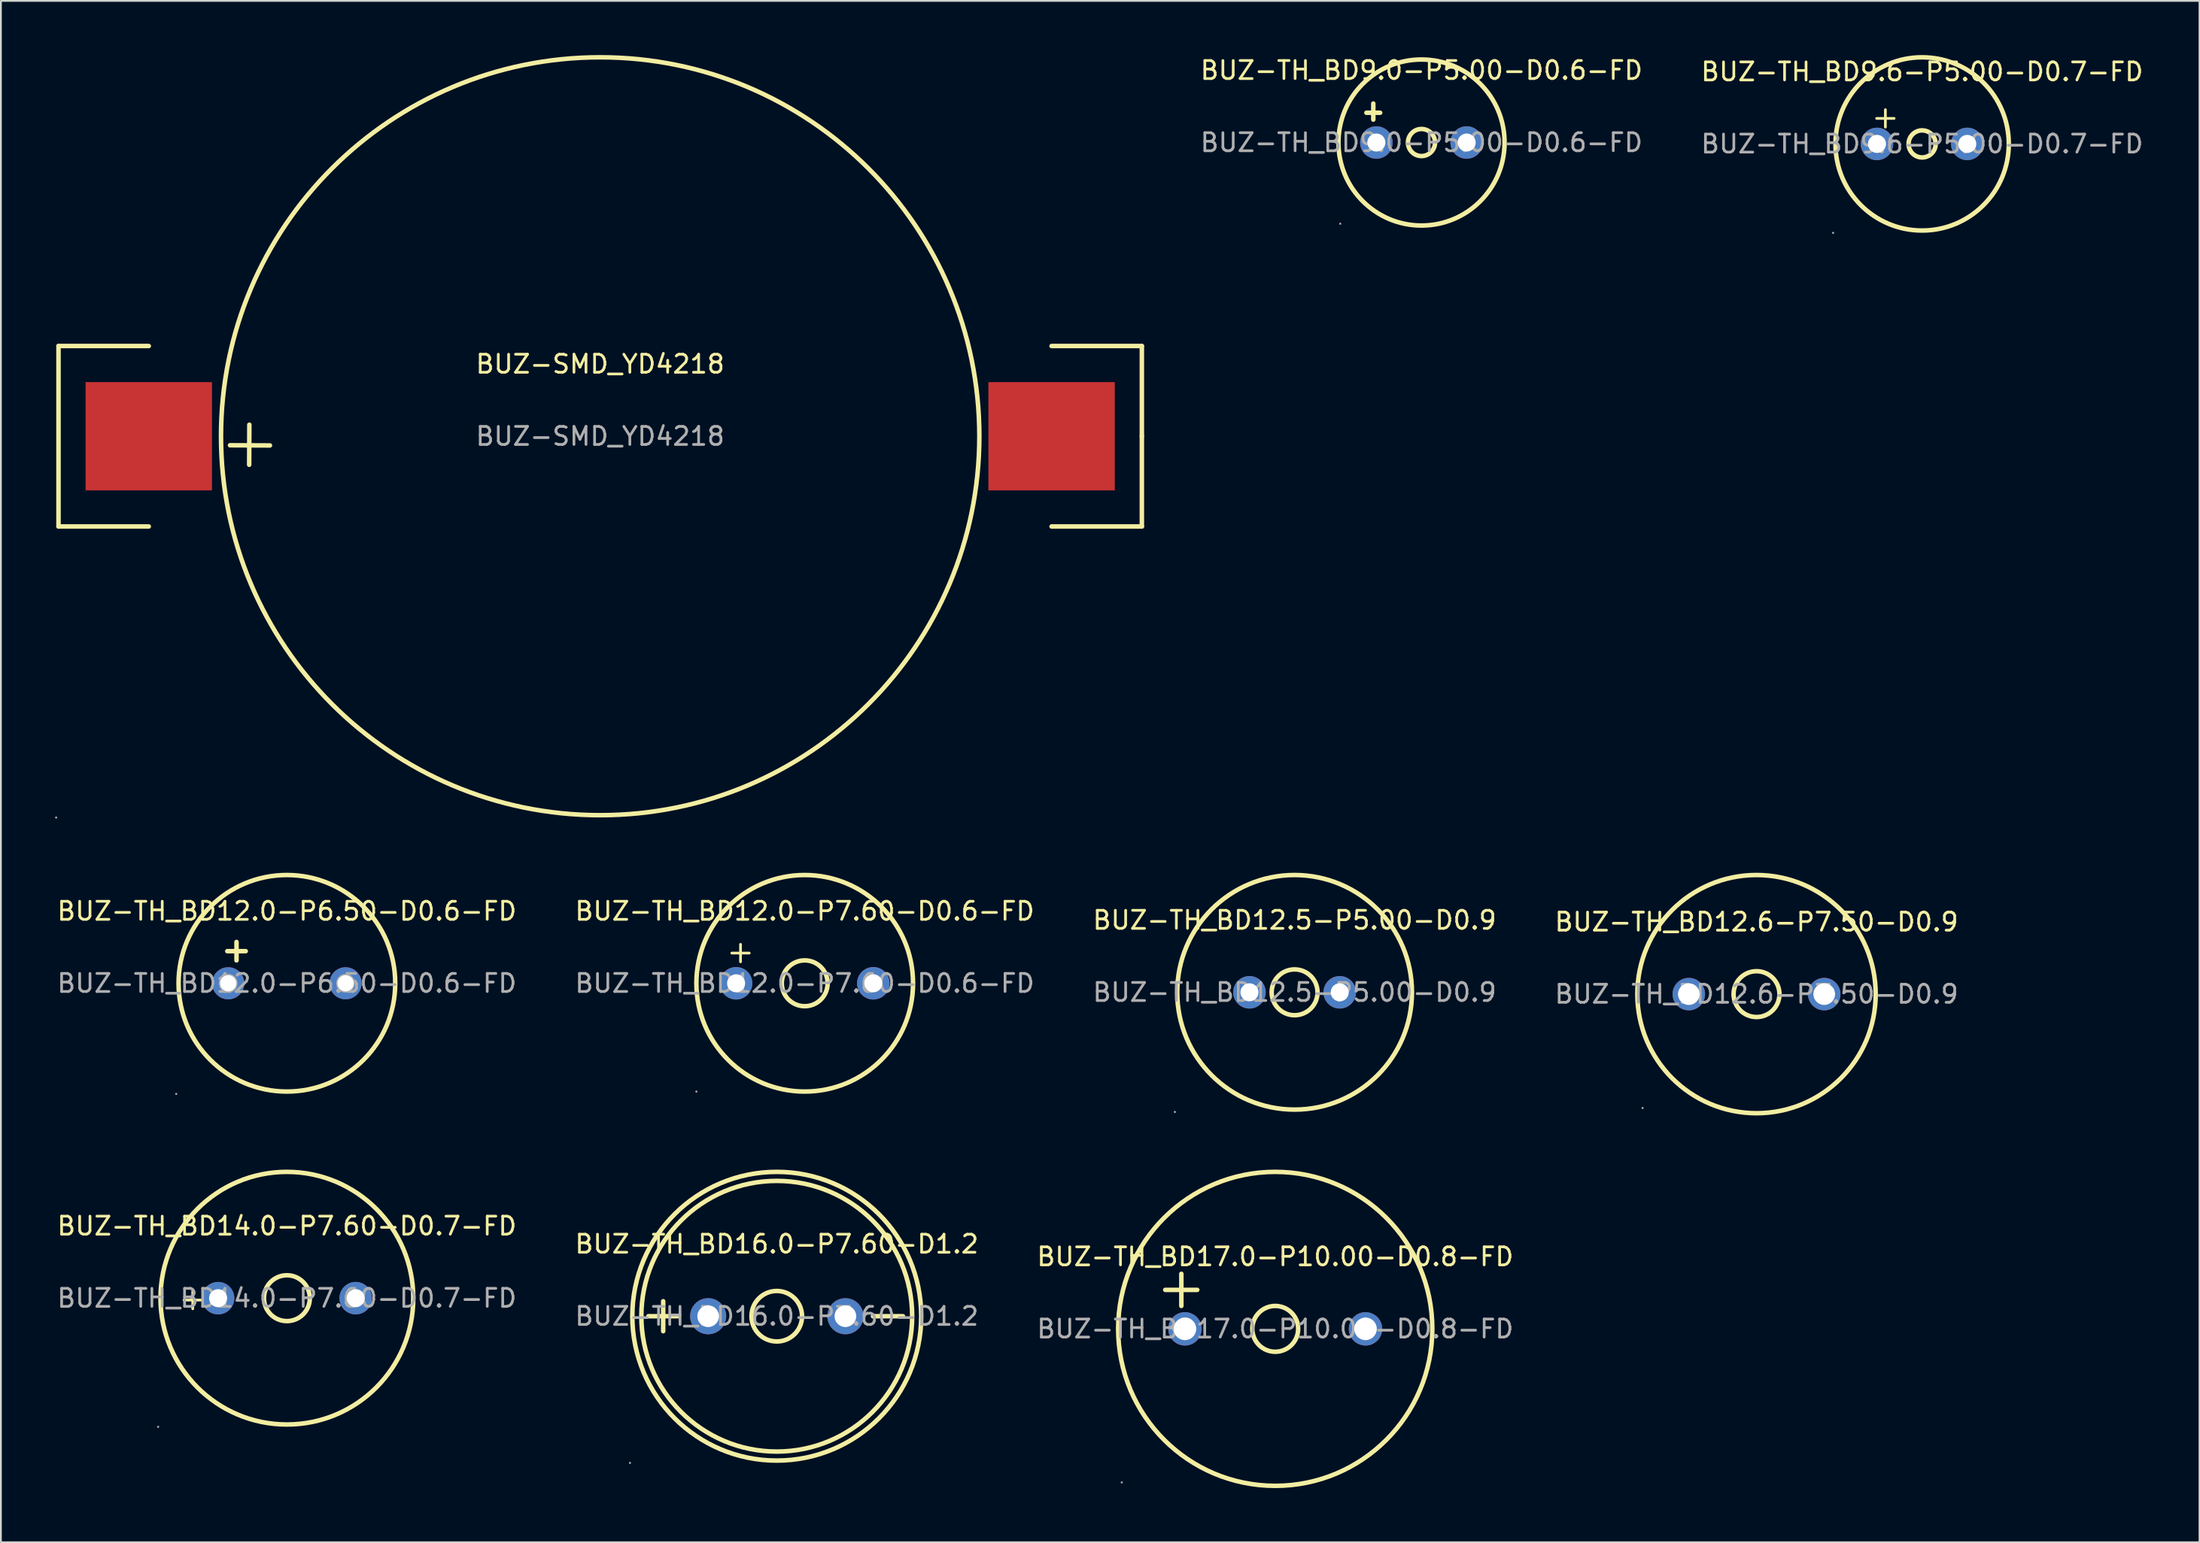
<source format=kicad_pcb>
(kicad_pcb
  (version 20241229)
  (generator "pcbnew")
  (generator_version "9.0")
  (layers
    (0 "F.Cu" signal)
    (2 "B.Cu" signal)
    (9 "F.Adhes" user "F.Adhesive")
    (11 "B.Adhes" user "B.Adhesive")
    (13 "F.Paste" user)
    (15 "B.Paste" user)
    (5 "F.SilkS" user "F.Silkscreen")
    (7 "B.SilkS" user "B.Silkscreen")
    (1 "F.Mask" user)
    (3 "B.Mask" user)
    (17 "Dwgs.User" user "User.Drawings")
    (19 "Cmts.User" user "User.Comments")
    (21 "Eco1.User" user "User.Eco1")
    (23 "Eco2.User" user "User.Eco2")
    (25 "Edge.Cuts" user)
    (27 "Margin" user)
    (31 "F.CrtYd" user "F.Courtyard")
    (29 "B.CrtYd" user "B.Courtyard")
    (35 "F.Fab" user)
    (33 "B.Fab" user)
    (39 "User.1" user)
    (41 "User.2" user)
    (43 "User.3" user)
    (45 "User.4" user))
  (footprint "BUZ-TH_BD9.0-P5.00-D0.6-FD"
    (layer "F.Cu")
    (at 75.678 4.848)
    (property "Reference" "BUZ-TH_BD9.0-P5.00-D0.6-FD" (at 0 -4 0) (layer "F.SilkS") (effects (font (size 1 1) (thickness 0.15))))
    (attr through_hole)
    (fp_line (start -3.05 -1.65) (end -2.29 -1.65) (stroke (width 0.25) (type solid)) (layer "F.SilkS"))
    (fp_line (start -2.67 -2.16) (end -2.67 -1.27) (stroke (width 0.25) (type solid)) (layer "F.SilkS"))
    (fp_circle (center 0 0) (end 0.75 0) (stroke (width 0.25) (type solid)) (fill no) (layer "F.SilkS"))
    (fp_circle (center 0 0) (end 4.6 0) (stroke (width 0.25) (type solid)) (fill no) (layer "F.SilkS"))
    (fp_circle (center -4.5 4.5) (end -4.47 4.5) (stroke (width 0.06) (type solid)) (fill no) (layer "F.Fab"))
    (fp_circle (center -2.5 0) (end -2.35 0) (stroke (width 0.3) (type solid)) (fill no) (layer "F.Fab"))
    (fp_circle (center 2.5 0) (end 2.65 0) (stroke (width 0.3) (type solid)) (fill no) (layer "F.Fab"))
    (fp_text user "${REFERENCE}" (at 0 0 0) (layer "F.Fab") (effects (font (size 1 1) (thickness 0.15))))
    (pad "1" thru_hole circle (at -2.5 0) (size 1.8 1.8) (drill 1) (layers "*.Cu" "*.Paste" "*.Mask"))
    (pad "2" thru_hole circle (at 2.5 0) (size 1.8 1.8) (drill 1) (layers "*.Cu" "*.Paste" "*.Mask")))
  (footprint "BUZ-TH_BD12.6-P7.50-D0.9"
    (layer "F.Cu")
    (at 94.232 52.04)
    (property "Reference" "BUZ-TH_BD12.6-P7.50-D0.9" (at 0 -4 0) (layer "F.SilkS") (effects (font (size 1 1) (thickness 0.15))))
    (attr through_hole)
    (fp_circle (center 0 0) (end 1.27 0) (stroke (width 0.25) (type solid)) (fill no) (layer "F.SilkS"))
    (fp_circle (center 0 0) (end 6.6 0) (stroke (width 0.25) (type solid)) (fill no) (layer "F.SilkS"))
    (fp_circle (center -6.31 6.31) (end -6.28 6.31) (stroke (width 0.06) (type solid)) (fill no) (layer "F.Fab"))
    (fp_circle (center -3.75 0) (end -3.52 0) (stroke (width 0.45) (type solid)) (fill no) (layer "F.Fab"))
    (fp_circle (center 3.75 0) (end 3.98 0) (stroke (width 0.45) (type solid)) (fill no) (layer "F.Fab"))
    (fp_text user "${REFERENCE}" (at 0 0 0) (layer "F.Fab") (effects (font (size 1 1) (thickness 0.15))))
    (pad "1" thru_hole circle (at -3.75 0) (size 1.8 1.8) (drill 1.2) (layers "*.Cu" "*.Paste" "*.Mask"))
    (pad "2" thru_hole circle (at 3.75 0) (size 1.8 1.8) (drill 1.2) (layers "*.Cu" "*.Paste" "*.Mask")))
  (footprint "BUZ-TH_BD17.0-P10.00-D0.8-FD"
    (layer "F.Cu")
    (at 67.577 70.59)
    (property "Reference" "BUZ-TH_BD17.0-P10.00-D0.8-FD" (at 0 -4 0) (layer "F.SilkS") (effects (font (size 1 1) (thickness 0.15))))
    (attr through_hole)
    (fp_line (start -6.09 -2.16) (end -4.32 -2.16) (stroke (width 0.25) (type solid)) (layer "F.SilkS"))
    (fp_line (start -5.2 -1.27) (end -5.2 -3.05) (stroke (width 0.25) (type solid)) (layer "F.SilkS"))
    (fp_circle (center 0 0) (end 1.27 0) (stroke (width 0.25) (type solid)) (fill no) (layer "F.SilkS"))
    (fp_circle (center 0 0) (end 8.7 0) (stroke (width 0.25) (type solid)) (fill no) (layer "F.SilkS"))
    (fp_circle (center -8.5 8.51) (end -8.47 8.51) (stroke (width 0.06) (type solid)) (fill no) (layer "F.Fab"))
    (fp_text user "${REFERENCE}" (at 0 0 0) (layer "F.Fab") (effects (font (size 1 1) (thickness 0.15))))
    (pad "1" thru_hole circle (at -5 0) (size 1.85 1.85) (drill 1.25) (layers "*.Cu" "*.Paste" "*.Mask"))
    (pad "2" thru_hole circle (at 5 0) (size 1.85 1.85) (drill 1.25) (layers "*.Cu" "*.Paste" "*.Mask")))
  (footprint "BUZ-TH_BD12.5-P5.00-D0.9"
    (layer "F.Cu")
    (at 68.649 51.94)
    (property "Reference" "BUZ-TH_BD12.5-P5.00-D0.9" (at 0 -4 0) (layer "F.SilkS") (effects (font (size 1 1) (thickness 0.15))))
    (attr through_hole)
    (fp_circle (center 0 0) (end 1.27 0) (stroke (width 0.25) (type solid)) (fill no) (layer "F.SilkS"))
    (fp_circle (center 0 0) (end 6.5 0) (stroke (width 0.25) (type solid)) (fill no) (layer "F.SilkS"))
    (fp_circle (center -6.63 6.63) (end -6.6 6.63) (stroke (width 0.06) (type solid)) (fill no) (layer "F.Fab"))
    (fp_circle (center -2.5 0) (end -2.3 0) (stroke (width 0.4) (type solid)) (fill no) (layer "F.Fab"))
    (fp_circle (center 2.5 0) (end 2.7 0) (stroke (width 0.4) (type solid)) (fill no) (layer "F.Fab"))
    (fp_text user "${REFERENCE}" (at 0 0 0) (layer "F.Fab") (effects (font (size 1 1) (thickness 0.15))))
    (pad "1" thru_hole circle (at -2.5 0) (size 1.8 1.8) (drill 1) (layers "*.Cu" "*.Paste" "*.Mask"))
    (pad "2" thru_hole circle (at 2.5 0) (size 1.8 1.8) (drill 1) (layers "*.Cu" "*.Paste" "*.Mask")))
  (footprint "BUZ-TH_BD14.0-P7.60-D0.7-FD"
    (layer "F.Cu")
    (at 12.839 68.89)
    (property "Reference" "BUZ-TH_BD14.0-P7.60-D0.7-FD" (at 0 -4 0) (layer "F.SilkS") (effects (font (size 1 1) (thickness 0.15))))
    (attr through_hole)
    (fp_circle (center 0 0) (end 1.27 0) (stroke (width 0.25) (type solid)) (fill no) (layer "F.SilkS"))
    (fp_circle (center 0 0) (end 7 0) (stroke (width 0.25) (type solid)) (fill no) (layer "F.SilkS"))
    (fp_circle (center -7.13 7.13) (end -7.1 7.13) (stroke (width 0.06) (type solid)) (fill no) (layer "F.Fab"))
    (fp_circle (center -3.81 0) (end -3.61 0) (stroke (width 0.4) (type solid)) (fill no) (layer "F.Fab"))
    (fp_circle (center 3.81 0) (end 4.01 0) (stroke (width 0.4) (type solid)) (fill no) (layer "F.Fab"))
    (fp_text user "+" (at -6.1 0.01 0) (layer "F.SilkS") (effects (font (size 1.27 1.27) (thickness 0.15)) (justify left)))
    (fp_text user "${REFERENCE}" (at 0 0 0) (layer "F.Fab") (effects (font (size 1 1) (thickness 0.15))))
    (pad "1" thru_hole circle (at -3.81 0) (size 1.8 1.8) (drill 1) (layers "*.Cu" "*.Paste" "*.Mask"))
    (pad "2" thru_hole circle (at 3.81 0) (size 1.8 1.8) (drill 1) (layers "*.Cu" "*.Paste" "*.Mask")))
  (footprint "BUZ-TH_BD12.0-P6.50-D0.6-FD"
    (layer "F.Cu")
    (at 12.839 51.44)
    (property "Reference" "BUZ-TH_BD12.0-P6.50-D0.6-FD" (at 0 -4 0) (layer "F.SilkS") (effects (font (size 1 1) (thickness 0.15))))
    (attr through_hole)
    (fp_line (start -3.3 -1.78) (end -2.28 -1.78) (stroke (width 0.25) (type solid)) (layer "F.SilkS"))
    (fp_line (start -2.79 -2.29) (end -2.79 -1.27) (stroke (width 0.25) (type solid)) (layer "F.SilkS"))
    (fp_circle (center 0 0) (end 6 0) (stroke (width 0.25) (type solid)) (fill no) (layer "F.SilkS"))
    (fp_circle (center -6.13 6.13) (end -6.1 6.13) (stroke (width 0.06) (type solid)) (fill no) (layer "F.Fab"))
    (fp_circle (center -3.25 0) (end -3.08 0) (stroke (width 0.35) (type solid)) (fill no) (layer "F.Fab"))
    (fp_circle (center 3.25 0) (end 3.42 0) (stroke (width 0.35) (type solid)) (fill no) (layer "F.Fab"))
    (fp_text user "${REFERENCE}" (at 0 0 0) (layer "F.Fab") (effects (font (size 1 1) (thickness 0.15))))
    (pad "1" thru_hole circle (at -3.25 0) (size 1.78 1.78) (drill 0.899) (layers "*.Cu" "*.Paste" "*.Mask"))
    (pad "2" thru_hole circle (at 3.25 0) (size 1.78 1.78) (drill 0.899) (layers "*.Cu" "*.Paste" "*.Mask")))
  (footprint "BUZ-TH_BD12.0-P7.60-D0.6-FD"
    (layer "F.Cu")
    (at 41.518 51.44)
    (property "Reference" "BUZ-TH_BD12.0-P7.60-D0.6-FD" (at 0 -4 0) (layer "F.SilkS") (effects (font (size 1 1) (thickness 0.15))))
    (attr through_hole)
    (fp_circle (center 0 0) (end 1.27 0) (stroke (width 0.25) (type solid)) (fill no) (layer "F.SilkS"))
    (fp_circle (center 0 0) (end 6 0) (stroke (width 0.25) (type solid)) (fill no) (layer "F.SilkS"))
    (fp_circle (center -6 6) (end -5.97 6) (stroke (width 0.06) (type solid)) (fill no) (layer "F.Fab"))
    (fp_circle (center -3.8 0) (end -3.65 0) (stroke (width 0.3) (type solid)) (fill no) (layer "F.Fab"))
    (fp_circle (center 3.8 0) (end 3.95 0) (stroke (width 0.3) (type solid)) (fill no) (layer "F.Fab"))
    (fp_text user "+" (at -4.44 -1.77 0) (layer "F.SilkS") (effects (font (size 1.27 1.27) (thickness 0.15)) (justify left)))
    (fp_text user "${REFERENCE}" (at 0 0 0) (layer "F.Fab") (effects (font (size 1 1) (thickness 0.15))))
    (pad "1" thru_hole circle (at -3.8 0) (size 1.8 1.8) (drill 1) (layers "*.Cu" "*.Paste" "*.Mask"))
    (pad "2" thru_hole circle (at 3.8 0) (size 1.8 1.8) (drill 1) (layers "*.Cu" "*.Paste" "*.Mask")))
  (footprint "BUZ-TH_BD9.6-P5.00-D0.7-FD"
    (layer "F.Cu")
    (at 103.404 4.925)
    (property "Reference" "BUZ-TH_BD9.6-P5.00-D0.7-FD" (at 0 -4 0) (layer "F.SilkS") (effects (font (size 1 1) (thickness 0.15))))
    (attr through_hole)
    (fp_circle (center 0 0) (end 0.75 0) (stroke (width 0.25) (type solid)) (fill no) (layer "F.SilkS"))
    (fp_circle (center 0 0) (end 4.8 0) (stroke (width 0.25) (type solid)) (fill no) (layer "F.SilkS"))
    (fp_circle (center -4.93 4.93) (end -4.9 4.93) (stroke (width 0.06) (type solid)) (fill no) (layer "F.Fab"))
    (fp_circle (center -2.5 0) (end -2.3 0) (stroke (width 0.4) (type solid)) (fill no) (layer "F.Fab"))
    (fp_circle (center 2.5 0) (end 2.7 0) (stroke (width 0.4) (type solid)) (fill no) (layer "F.Fab"))
    (fp_text user "+" (at -2.92 -1.51 0) (layer "F.SilkS") (effects (font (size 1.27 1.27) (thickness 0.15)) (justify left)))
    (fp_text user "${REFERENCE}" (at 0 0 0) (layer "F.Fab") (effects (font (size 1 1) (thickness 0.15))))
    (pad "1" thru_hole circle (at -2.5 0) (size 1.8 1.8) (drill 1) (layers "*.Cu" "*.Paste" "*.Mask"))
    (pad "2" thru_hole circle (at 2.5 0) (size 1.8 1.8) (drill 1) (layers "*.Cu" "*.Paste" "*.Mask")))
  (footprint "BUZ-TH_BD16.0-P7.60-D1.2"
    (layer "F.Cu")
    (at 39.97 69.89)
    (property "Reference" "BUZ-TH_BD16.0-P7.60-D1.2" (at 0 -4 0) (layer "F.SilkS") (effects (font (size 1 1) (thickness 0.15))))
    (attr through_hole)
    (fp_line (start -7.11 0) (end -5.46 0) (stroke (width 0.25) (type solid)) (layer "F.SilkS"))
    (fp_line (start -6.29 0.83) (end -6.29 -0.83) (stroke (width 0.25) (type solid)) (layer "F.SilkS"))
    (fp_line (start 5.33 0) (end 6.99 0) (stroke (width 0.25) (type solid)) (layer "F.SilkS"))
    (fp_circle (center 0 0) (end 1.4 0) (stroke (width 0.25) (type solid)) (fill no) (layer "F.SilkS"))
    (fp_circle (center 0 0) (end 7.5 0) (stroke (width 0.25) (type solid)) (fill no) (layer "F.SilkS"))
    (fp_circle (center 0 0) (end 8 0) (stroke (width 0.25) (type solid)) (fill no) (layer "F.SilkS"))
    (fp_circle (center -8.13 8.13) (end -8.1 8.13) (stroke (width 0.06) (type solid)) (fill no) (layer "F.Fab"))
    (fp_circle (center -3.8 0) (end -3.55 0) (stroke (width 0.5) (type solid)) (fill no) (layer "F.Fab"))
    (fp_circle (center 3.8 0) (end 4.05 0) (stroke (width 0.5) (type solid)) (fill no) (layer "F.Fab"))
    (fp_text user "${REFERENCE}" (at 0 0 0) (layer "F.Fab") (effects (font (size 1 1) (thickness 0.15))))
    (pad "1" thru_hole circle (at -3.8 0) (size 2 2) (drill 1.2) (layers "*.Cu" "*.Paste" "*.Mask"))
    (pad "2" thru_hole circle (at 3.8 0) (size 2 2) (drill 1.2) (layers "*.Cu" "*.Paste" "*.Mask")))
  (footprint "BUZ-SMD_YD4218"
    (layer "F.Cu")
    (at 30.19 21.125)
    (property "Reference" "BUZ-SMD_YD4218" (at 0 -4 0) (layer "F.SilkS") (effects (font (size 1 1) (thickness 0.15))))
    (attr through_hole)
    (fp_line (start -30 -5) (end -30 5) (stroke (width 0.25) (type solid)) (layer "F.SilkS"))
    (fp_line (start -30 5) (end -25 5) (stroke (width 0.25) (type solid)) (layer "F.SilkS"))
    (fp_line (start -25 -5) (end -30 -5) (stroke (width 0.25) (type solid)) (layer "F.SilkS"))
    (fp_line (start -19.43 -0.64) (end -19.44 1.58) (stroke (width 0.25) (type solid)) (layer "F.SilkS"))
    (fp_line (start -18.29 0.51) (end -20.5 0.5) (stroke (width 0.25) (type solid)) (layer "F.SilkS"))
    (fp_line (start 30 -5) (end 25 -5) (stroke (width 0.25) (type solid)) (layer "F.SilkS"))
    (fp_line (start 30 0) (end 30 -5) (stroke (width 0.25) (type solid)) (layer "F.SilkS"))
    (fp_line (start 30 0) (end 30 5) (stroke (width 0.25) (type solid)) (layer "F.SilkS"))
    (fp_line (start 30 5) (end 25 5) (stroke (width 0.25) (type solid)) (layer "F.SilkS"))
    (fp_circle (center 0 0) (end 21 0) (stroke (width 0.25) (type solid)) (fill no) (layer "F.SilkS"))
    (fp_circle (center -30.13 21.13) (end -30.1 21.13) (stroke (width 0.06) (type solid)) (fill no) (layer "F.Fab"))
    (fp_text user "${REFERENCE}" (at 0 0 0) (layer "F.Fab") (effects (font (size 1 1) (thickness 0.15))))
    (pad "1" smd rect (at -25 0) (size 7 6) (layers "F.Cu" "F.Mask" "F.Paste"))
    (pad "2" smd rect (at 25 0) (size 7 6) (layers "F.Cu" "F.Mask" "F.Paste")))
  (gr_rect
    (start -3 -3)
    (end 118.767 82.415)
    (stroke (width 0.1) (type default))
    (fill no)
    (layer "Edge.Cuts")))
</source>
